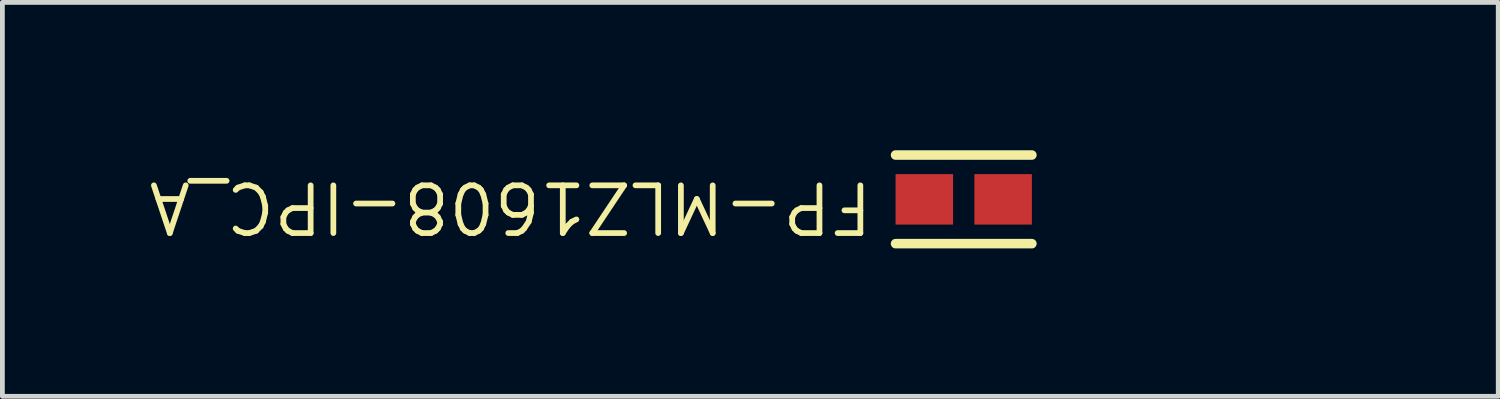
<source format=kicad_pcb>
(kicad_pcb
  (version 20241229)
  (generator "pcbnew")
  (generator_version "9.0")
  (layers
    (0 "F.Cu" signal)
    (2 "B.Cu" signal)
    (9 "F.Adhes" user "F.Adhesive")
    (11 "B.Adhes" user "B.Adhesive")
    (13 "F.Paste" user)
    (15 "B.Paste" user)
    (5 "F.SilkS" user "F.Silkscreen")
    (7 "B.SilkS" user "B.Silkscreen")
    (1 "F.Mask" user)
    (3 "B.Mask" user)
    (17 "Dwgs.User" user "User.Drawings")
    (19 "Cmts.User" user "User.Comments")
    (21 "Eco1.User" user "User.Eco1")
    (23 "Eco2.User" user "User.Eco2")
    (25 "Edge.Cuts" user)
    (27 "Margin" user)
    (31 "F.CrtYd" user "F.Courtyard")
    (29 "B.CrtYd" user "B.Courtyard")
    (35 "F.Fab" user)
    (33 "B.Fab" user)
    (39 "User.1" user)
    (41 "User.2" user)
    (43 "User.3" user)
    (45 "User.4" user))
  (footprint "FP-MLZ1608-IPC_A"
    (layer "F.Cu")
    (at 17.153 1.129)
    (property "Reference" "FP-MLZ1608-IPC_A" (at -1.85 -0.422 180) (unlocked yes) (layer "F.SilkS") (effects (font (size 1 1) (thickness 0.12)) (justify left bottom)))
    (fp_line (start 1.429 -0.929) (end -1.429 -0.929) (stroke (width 0.2) (type solid)) (layer "F.SilkS"))
    (fp_line (start 1.429 0.929) (end -1.429 0.929) (stroke (width 0.2) (type solid)) (layer "F.SilkS"))
    (fp_line (start -1.929 -1.029) (end -1.929 1.029) (stroke (width 0.2) (type solid)) (layer "User.2"))
    (fp_line (start 1.929 -1.029) (end -1.929 -1.029) (stroke (width 0.2) (type solid)) (layer "User.2"))
    (fp_line (start 1.929 -1.029) (end 1.929 1.029) (stroke (width 0.2) (type solid)) (layer "User.2"))
    (fp_line (start 1.929 1.029) (end -1.929 1.029) (stroke (width 0.2) (type solid)) (layer "User.2"))
    (fp_line (start -1.929 -1.029) (end -1.929 1.029) (stroke (width 0.2) (type solid)) (layer "User.3"))
    (fp_line (start 1.929 -1.029) (end -1.929 -1.029) (stroke (width 0.2) (type solid)) (layer "User.3"))
    (fp_line (start 1.929 -1.029) (end 1.929 1.029) (stroke (width 0.2) (type solid)) (layer "User.3"))
    (fp_line (start 1.929 1.029) (end -1.929 1.029) (stroke (width 0.2) (type solid)) (layer "User.3"))
    (fp_line (start 0 -0.5) (end 0 0.5) (stroke (width 0.1) (type solid)) (layer "User.4"))
    (fp_line (start 0.5 0) (end -0.5 0) (stroke (width 0.1) (type solid)) (layer "User.4"))
    (fp_line (start -0.8 -0.4) (end -0.8 0.4) (stroke (width 0.2) (type solid)) (layer "User.14"))
    (fp_line (start 0.8 -0.4) (end -0.8 -0.4) (stroke (width 0.2) (type solid)) (layer "User.14"))
    (fp_line (start 0.8 -0.4) (end 0.8 0.4) (stroke (width 0.2) (type solid)) (layer "User.14"))
    (fp_line (start 0.8 0.4) (end -0.8 0.4) (stroke (width 0.2) (type solid)) (layer "User.14"))
    (fp_text user "${REFERENCE}" (at -0.00001 0.107 0) (unlocked yes) (layer "User.2") (effects (font (face "Arial") (size 0.63 0.63) (thickness 0.1)) (justify left bottom)))
    (pad "1" smd rect (at -0.826 0) (size 1.206 1.058) (layers "F.Cu" "F.Mask" "F.Paste"))
    (pad "2" smd rect (at 0.826 0) (size 1.206 1.058) (layers "F.Cu" "F.Mask" "F.Paste")))
  (gr_rect
    (start -3 -3)
    (end 28.358 5.258)
    (stroke (width 0.1) (type default))
    (fill no)
    (layer "Edge.Cuts")))
</source>
